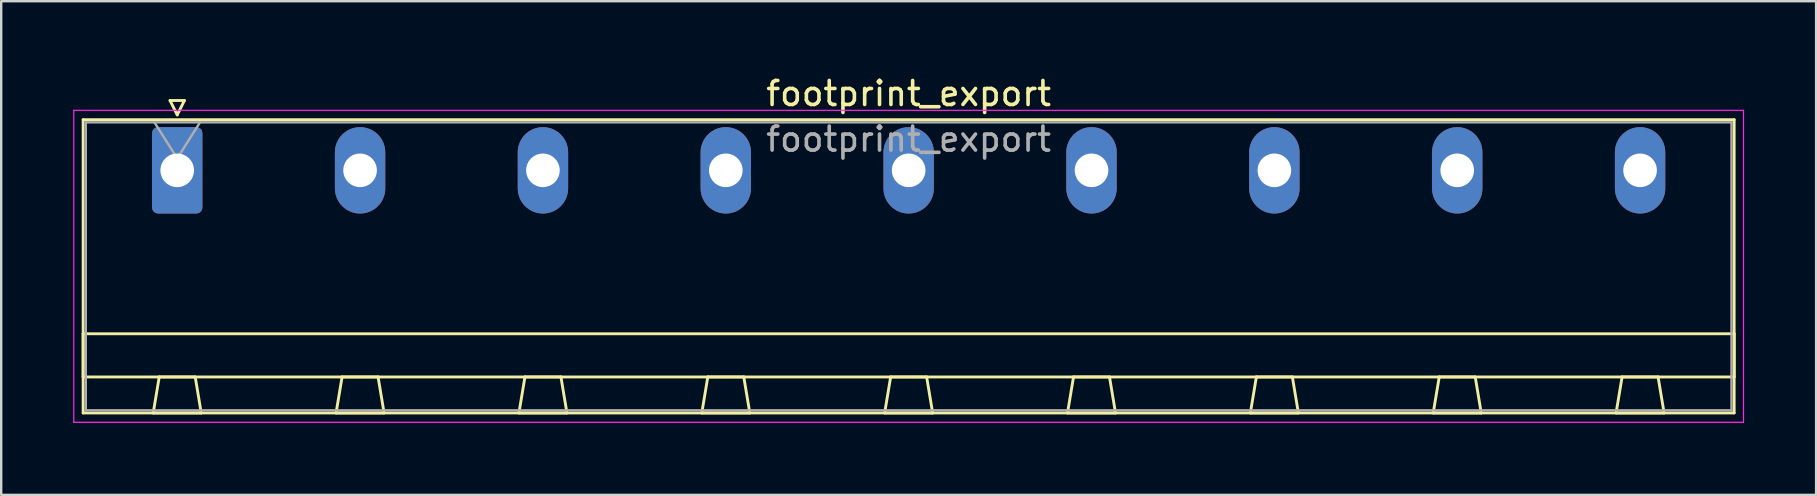
<source format=kicad_pcb>
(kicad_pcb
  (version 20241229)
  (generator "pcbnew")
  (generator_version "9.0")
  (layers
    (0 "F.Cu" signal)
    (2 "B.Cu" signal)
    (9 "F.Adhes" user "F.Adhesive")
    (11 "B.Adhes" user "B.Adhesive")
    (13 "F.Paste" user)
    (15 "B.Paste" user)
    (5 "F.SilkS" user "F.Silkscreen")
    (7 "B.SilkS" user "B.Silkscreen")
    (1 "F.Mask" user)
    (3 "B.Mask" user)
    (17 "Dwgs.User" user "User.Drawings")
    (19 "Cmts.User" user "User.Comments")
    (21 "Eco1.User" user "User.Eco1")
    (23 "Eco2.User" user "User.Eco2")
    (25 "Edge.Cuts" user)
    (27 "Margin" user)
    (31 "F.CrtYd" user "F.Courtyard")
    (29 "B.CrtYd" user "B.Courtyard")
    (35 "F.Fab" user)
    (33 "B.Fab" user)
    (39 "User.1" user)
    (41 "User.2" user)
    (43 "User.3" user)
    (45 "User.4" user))
  (footprint "footprint_export"
    (layer "F.Cu")
    (at 4.335 4.048)
    (property "Reference" "footprint_export" (at 30.48 -3.2 0) (layer "F.SilkS") (effects (font (size 1 1) (thickness 0.15))))
    (attr through_hole)
    (fp_line (start -3.92 -2.11) (end -3.92 10.11) (stroke (width 0.12) (type solid)) (layer "F.SilkS"))
    (fp_line (start -3.92 6.81) (end 64.88 6.81) (stroke (width 0.12) (type solid)) (layer "F.SilkS"))
    (fp_line (start -3.92 8.61) (end -3.92 6.81) (stroke (width 0.12) (type solid)) (layer "F.SilkS"))
    (fp_line (start -3.92 10.11) (end 64.88 10.11) (stroke (width 0.12) (type solid)) (layer "F.SilkS"))
    (fp_line (start -1 10.11) (end 1 10.11) (stroke (width 0.12) (type solid)) (layer "F.SilkS"))
    (fp_line (start -0.75 8.61) (end -1 10.11) (stroke (width 0.12) (type solid)) (layer "F.SilkS"))
    (fp_line (start -0.3 -2.91) (end 0.3 -2.91) (stroke (width 0.12) (type solid)) (layer "F.SilkS"))
    (fp_line (start 0 -2.31) (end -0.3 -2.91) (stroke (width 0.12) (type solid)) (layer "F.SilkS"))
    (fp_line (start 0.3 -2.91) (end 0 -2.31) (stroke (width 0.12) (type solid)) (layer "F.SilkS"))
    (fp_line (start 0.75 8.61) (end -0.75 8.61) (stroke (width 0.12) (type solid)) (layer "F.SilkS"))
    (fp_line (start 1 10.11) (end 0.75 8.61) (stroke (width 0.12) (type solid)) (layer "F.SilkS"))
    (fp_line (start 6.62 10.11) (end 8.62 10.11) (stroke (width 0.12) (type solid)) (layer "F.SilkS"))
    (fp_line (start 6.87 8.61) (end 6.62 10.11) (stroke (width 0.12) (type solid)) (layer "F.SilkS"))
    (fp_line (start 8.37 8.61) (end 6.87 8.61) (stroke (width 0.12) (type solid)) (layer "F.SilkS"))
    (fp_line (start 8.62 10.11) (end 8.37 8.61) (stroke (width 0.12) (type solid)) (layer "F.SilkS"))
    (fp_line (start 14.24 10.11) (end 16.24 10.11) (stroke (width 0.12) (type solid)) (layer "F.SilkS"))
    (fp_line (start 14.49 8.61) (end 14.24 10.11) (stroke (width 0.12) (type solid)) (layer "F.SilkS"))
    (fp_line (start 15.99 8.61) (end 14.49 8.61) (stroke (width 0.12) (type solid)) (layer "F.SilkS"))
    (fp_line (start 16.24 10.11) (end 15.99 8.61) (stroke (width 0.12) (type solid)) (layer "F.SilkS"))
    (fp_line (start 21.86 10.11) (end 23.86 10.11) (stroke (width 0.12) (type solid)) (layer "F.SilkS"))
    (fp_line (start 22.11 8.61) (end 21.86 10.11) (stroke (width 0.12) (type solid)) (layer "F.SilkS"))
    (fp_line (start 23.61 8.61) (end 22.11 8.61) (stroke (width 0.12) (type solid)) (layer "F.SilkS"))
    (fp_line (start 23.86 10.11) (end 23.61 8.61) (stroke (width 0.12) (type solid)) (layer "F.SilkS"))
    (fp_line (start 29.48 10.11) (end 31.48 10.11) (stroke (width 0.12) (type solid)) (layer "F.SilkS"))
    (fp_line (start 29.73 8.61) (end 29.48 10.11) (stroke (width 0.12) (type solid)) (layer "F.SilkS"))
    (fp_line (start 31.23 8.61) (end 29.73 8.61) (stroke (width 0.12) (type solid)) (layer "F.SilkS"))
    (fp_line (start 31.48 10.11) (end 31.23 8.61) (stroke (width 0.12) (type solid)) (layer "F.SilkS"))
    (fp_line (start 37.1 10.11) (end 39.1 10.11) (stroke (width 0.12) (type solid)) (layer "F.SilkS"))
    (fp_line (start 37.35 8.61) (end 37.1 10.11) (stroke (width 0.12) (type solid)) (layer "F.SilkS"))
    (fp_line (start 38.85 8.61) (end 37.35 8.61) (stroke (width 0.12) (type solid)) (layer "F.SilkS"))
    (fp_line (start 39.1 10.11) (end 38.85 8.61) (stroke (width 0.12) (type solid)) (layer "F.SilkS"))
    (fp_line (start 44.72 10.11) (end 46.72 10.11) (stroke (width 0.12) (type solid)) (layer "F.SilkS"))
    (fp_line (start 44.97 8.61) (end 44.72 10.11) (stroke (width 0.12) (type solid)) (layer "F.SilkS"))
    (fp_line (start 46.47 8.61) (end 44.97 8.61) (stroke (width 0.12) (type solid)) (layer "F.SilkS"))
    (fp_line (start 46.72 10.11) (end 46.47 8.61) (stroke (width 0.12) (type solid)) (layer "F.SilkS"))
    (fp_line (start 52.34 10.11) (end 54.34 10.11) (stroke (width 0.12) (type solid)) (layer "F.SilkS"))
    (fp_line (start 52.59 8.61) (end 52.34 10.11) (stroke (width 0.12) (type solid)) (layer "F.SilkS"))
    (fp_line (start 54.09 8.61) (end 52.59 8.61) (stroke (width 0.12) (type solid)) (layer "F.SilkS"))
    (fp_line (start 54.34 10.11) (end 54.09 8.61) (stroke (width 0.12) (type solid)) (layer "F.SilkS"))
    (fp_line (start 59.96 10.11) (end 61.96 10.11) (stroke (width 0.12) (type solid)) (layer "F.SilkS"))
    (fp_line (start 60.21 8.61) (end 59.96 10.11) (stroke (width 0.12) (type solid)) (layer "F.SilkS"))
    (fp_line (start 61.71 8.61) (end 60.21 8.61) (stroke (width 0.12) (type solid)) (layer "F.SilkS"))
    (fp_line (start 61.96 10.11) (end 61.71 8.61) (stroke (width 0.12) (type solid)) (layer "F.SilkS"))
    (fp_line (start 64.88 -2.11) (end -3.92 -2.11) (stroke (width 0.12) (type solid)) (layer "F.SilkS"))
    (fp_line (start 64.88 6.81) (end 64.88 8.61) (stroke (width 0.12) (type solid)) (layer "F.SilkS"))
    (fp_line (start 64.88 8.61) (end -3.92 8.61) (stroke (width 0.12) (type solid)) (layer "F.SilkS"))
    (fp_line (start 64.88 10.11) (end 64.88 -2.11) (stroke (width 0.12) (type solid)) (layer "F.SilkS"))
    (fp_line (start -4.31 -2.5) (end -4.31 10.5) (stroke (width 0.05) (type solid)) (layer "F.CrtYd"))
    (fp_line (start -4.31 10.5) (end 65.27 10.5) (stroke (width 0.05) (type solid)) (layer "F.CrtYd"))
    (fp_line (start 65.27 -2.5) (end -4.31 -2.5) (stroke (width 0.05) (type solid)) (layer "F.CrtYd"))
    (fp_line (start 65.27 10.5) (end 65.27 -2.5) (stroke (width 0.05) (type solid)) (layer "F.CrtYd"))
    (fp_line (start -3.81 -2) (end -3.81 10) (stroke (width 0.1) (type solid)) (layer "F.Fab"))
    (fp_line (start -3.81 10) (end 64.77 10) (stroke (width 0.1) (type solid)) (layer "F.Fab"))
    (fp_line (start 0 -0.5) (end -0.95 -2) (stroke (width 0.1) (type solid)) (layer "F.Fab"))
    (fp_line (start 0.95 -2) (end 0 -0.5) (stroke (width 0.1) (type solid)) (layer "F.Fab"))
    (fp_line (start 64.77 -2) (end -3.81 -2) (stroke (width 0.1) (type solid)) (layer "F.Fab"))
    (fp_line (start 64.77 10) (end 64.77 -2) (stroke (width 0.1) (type solid)) (layer "F.Fab"))
    (fp_text user "${REFERENCE}" (at 30.48 -1.3 0) (layer "F.Fab") (effects (font (size 1 1) (thickness 0.15))))
    (pad "1" thru_hole roundrect (at 0 0) (size 2.1 3.6) (drill 1.4) (layers "*.Cu" "*.Mask") (roundrect_rratio 0.119))
    (pad "2" thru_hole oval (at 7.62 0) (size 2.1 3.6) (drill 1.4) (layers "*.Cu" "*.Mask"))
    (pad "3" thru_hole oval (at 15.24 0) (size 2.1 3.6) (drill 1.4) (layers "*.Cu" "*.Mask"))
    (pad "4" thru_hole oval (at 22.86 0) (size 2.1 3.6) (drill 1.4) (layers "*.Cu" "*.Mask"))
    (pad "5" thru_hole oval (at 30.48 0) (size 2.1 3.6) (drill 1.4) (layers "*.Cu" "*.Mask"))
    (pad "6" thru_hole oval (at 38.1 0) (size 2.1 3.6) (drill 1.4) (layers "*.Cu" "*.Mask"))
    (pad "7" thru_hole oval (at 45.72 0) (size 2.1 3.6) (drill 1.4) (layers "*.Cu" "*.Mask"))
    (pad "8" thru_hole oval (at 53.34 0) (size 2.1 3.6) (drill 1.4) (layers "*.Cu" "*.Mask"))
    (pad "9" thru_hole oval (at 60.96 0) (size 2.1 3.6) (drill 1.4) (layers "*.Cu" "*.Mask")))
  (gr_rect
    (start -3 -3)
    (end 72.63 17.573)
    (stroke (width 0.1) (type default))
    (fill no)
    (layer "Edge.Cuts")))
</source>
